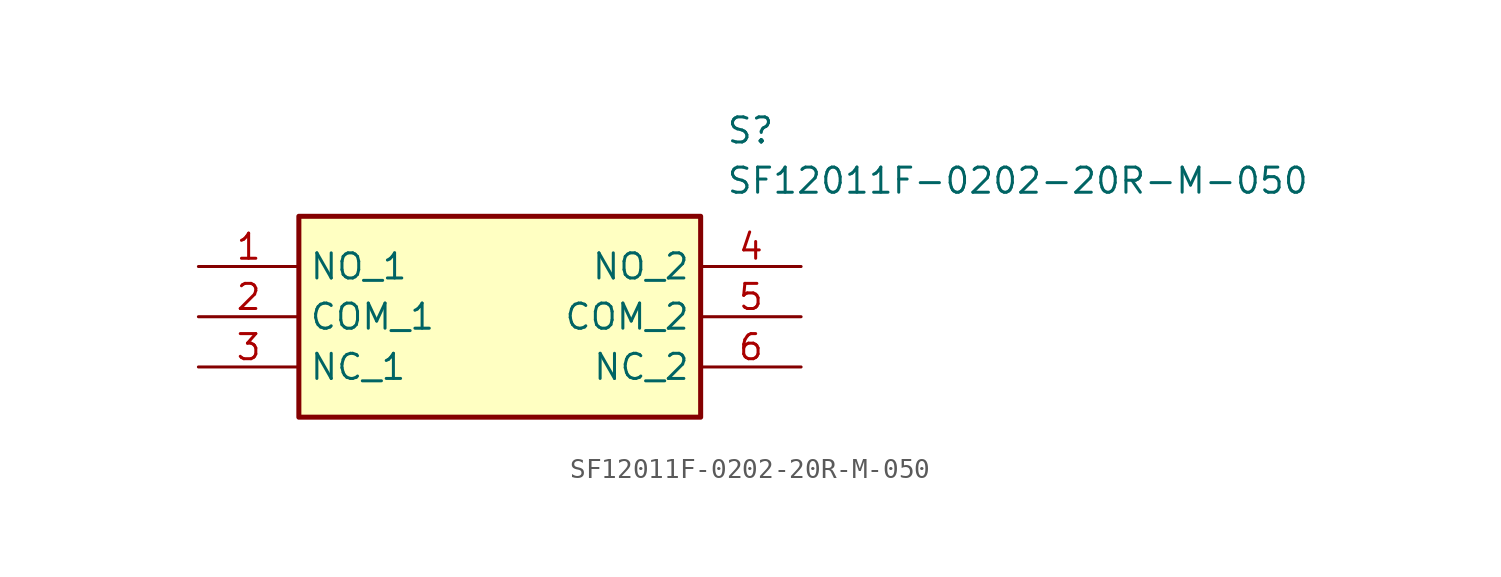
<source format=kicad_sym>
(kicad_symbol_lib
  (version 20211014)
  (generator SamacSys_ECAD_Model)
  (symbol "SF12011F-0202-20R-M-050"
    (property "Reference" "S"
      (at 26.67 7.62 0)
      (effects (font (size 1.27 1.27)) (justify left top)))
    (property "Value" "SF12011F-0202-20R-M-050"
      (at 26.67 5.08 0)
      (effects (font (size 1.27 1.27)) (justify left top)))
    (rectangle
      (start 5.08 2.54)
      (end 25.4 -7.62)
      (stroke (width 0.254) (type default))
      (fill (type background)))
    (pin passive line
      (at 0 0 0)
      (length 5.08)
      (name "NO_1" (effects (font (size 1.27 1.27))))
      (number "1" (effects (font (size 1.27 1.27)))))
    (pin passive line
      (at 0 -2.54 0)
      (length 5.08)
      (name "COM_1" (effects (font (size 1.27 1.27))))
      (number "2" (effects (font (size 1.27 1.27)))))
    (pin passive line
      (at 0 -5.08 0)
      (length 5.08)
      (name "NC_1" (effects (font (size 1.27 1.27))))
      (number "3" (effects (font (size 1.27 1.27)))))
    (pin passive line
      (at 30.48 0 180)
      (length 5.08)
      (name "NO_2" (effects (font (size 1.27 1.27))))
      (number "4" (effects (font (size 1.27 1.27)))))
    (pin passive line
      (at 30.48 -2.54 180)
      (length 5.08)
      (name "COM_2" (effects (font (size 1.27 1.27))))
      (number "5" (effects (font (size 1.27 1.27)))))
    (pin passive line
      (at 30.48 -5.08 180)
      (length 5.08)
      (name "NC_2" (effects (font (size 1.27 1.27))))
      (number "6" (effects (font (size 1.27 1.27)))))))
</source>
